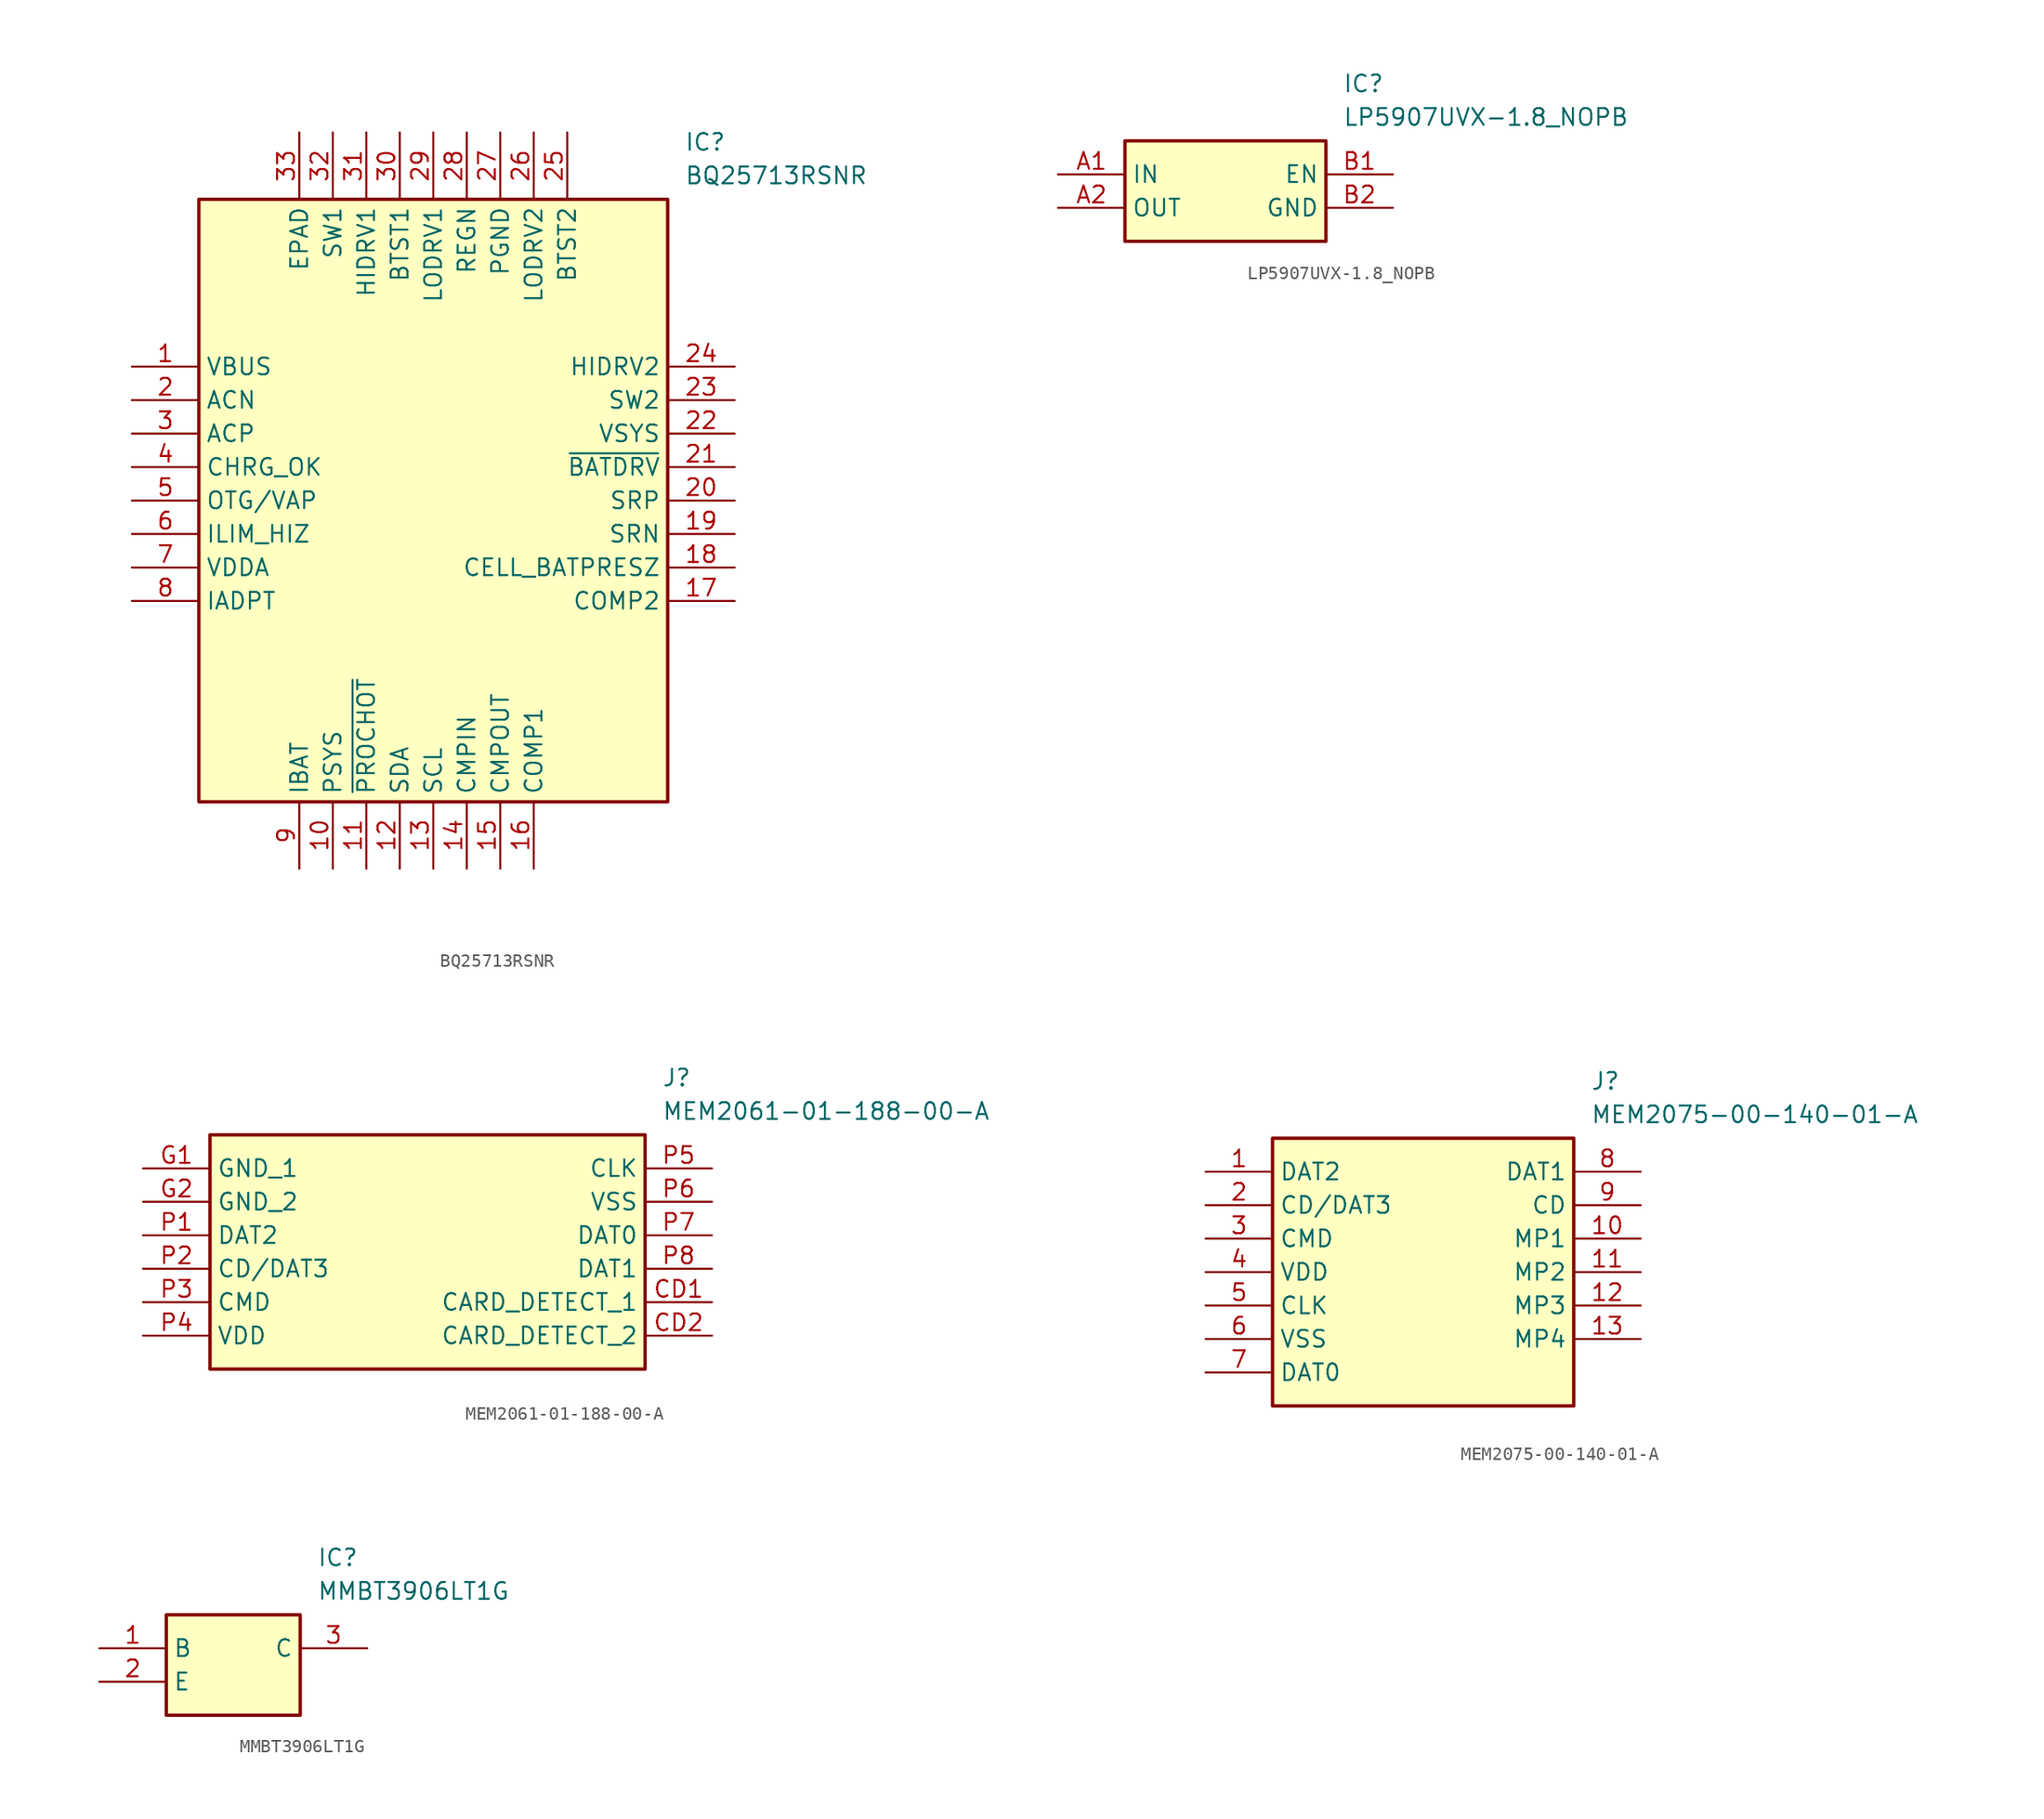
<source format=kicad_sym>
(kicad_symbol_lib
  (version 20220914)
  (generator SamacSys_ECAD_Model)
  (symbol "BQ25713RSNR"
    (property "Reference" "IC"
      (at 41.91 17.78 0)
      (effects (font (size 1.27 1.27)) (justify left top)))
    (property "Value" "BQ25713RSNR"
      (at 41.91 15.24 0)
      (effects (font (size 1.27 1.27)) (justify left top)))
    (rectangle
      (start 5.08 12.7)
      (end 40.64 -33.02)
      (stroke (width 0.254) (type default))
      (fill (type background)))
    (pin passive line
      (at 0 0 0)
      (length 5.08)
      (name "VBUS" (effects (font (size 1.27 1.27))))
      (number "1" (effects (font (size 1.27 1.27)))))
    (pin passive line
      (at 0 -2.54 0)
      (length 5.08)
      (name "ACN" (effects (font (size 1.27 1.27))))
      (number "2" (effects (font (size 1.27 1.27)))))
    (pin passive line
      (at 0 -5.08 0)
      (length 5.08)
      (name "ACP" (effects (font (size 1.27 1.27))))
      (number "3" (effects (font (size 1.27 1.27)))))
    (pin passive line
      (at 0 -7.62 0)
      (length 5.08)
      (name "CHRG_OK" (effects (font (size 1.27 1.27))))
      (number "4" (effects (font (size 1.27 1.27)))))
    (pin passive line
      (at 0 -10.16 0)
      (length 5.08)
      (name "OTG/VAP" (effects (font (size 1.27 1.27))))
      (number "5" (effects (font (size 1.27 1.27)))))
    (pin passive line
      (at 0 -12.7 0)
      (length 5.08)
      (name "ILIM_HIZ" (effects (font (size 1.27 1.27))))
      (number "6" (effects (font (size 1.27 1.27)))))
    (pin passive line
      (at 0 -15.24 0)
      (length 5.08)
      (name "VDDA" (effects (font (size 1.27 1.27))))
      (number "7" (effects (font (size 1.27 1.27)))))
    (pin passive line
      (at 0 -17.78 0)
      (length 5.08)
      (name "IADPT" (effects (font (size 1.27 1.27))))
      (number "8" (effects (font (size 1.27 1.27)))))
    (pin passive line
      (at 12.7 -38.1 90)
      (length 5.08)
      (name "IBAT" (effects (font (size 1.27 1.27))))
      (number "9" (effects (font (size 1.27 1.27)))))
    (pin passive line
      (at 15.24 -38.1 90)
      (length 5.08)
      (name "PSYS" (effects (font (size 1.27 1.27))))
      (number "10" (effects (font (size 1.27 1.27)))))
    (pin passive line
      (at 17.78 -38.1 90)
      (length 5.08)
      (name "~{PROCHOT}" (effects (font (size 1.27 1.27))))
      (number "11" (effects (font (size 1.27 1.27)))))
    (pin passive line
      (at 20.32 -38.1 90)
      (length 5.08)
      (name "SDA" (effects (font (size 1.27 1.27))))
      (number "12" (effects (font (size 1.27 1.27)))))
    (pin passive line
      (at 22.86 -38.1 90)
      (length 5.08)
      (name "SCL" (effects (font (size 1.27 1.27))))
      (number "13" (effects (font (size 1.27 1.27)))))
    (pin passive line
      (at 25.4 -38.1 90)
      (length 5.08)
      (name "CMPIN" (effects (font (size 1.27 1.27))))
      (number "14" (effects (font (size 1.27 1.27)))))
    (pin passive line
      (at 27.94 -38.1 90)
      (length 5.08)
      (name "CMPOUT" (effects (font (size 1.27 1.27))))
      (number "15" (effects (font (size 1.27 1.27)))))
    (pin passive line
      (at 30.48 -38.1 90)
      (length 5.08)
      (name "COMP1" (effects (font (size 1.27 1.27))))
      (number "16" (effects (font (size 1.27 1.27)))))
    (pin passive line
      (at 45.72 0 180)
      (length 5.08)
      (name "HIDRV2" (effects (font (size 1.27 1.27))))
      (number "24" (effects (font (size 1.27 1.27)))))
    (pin passive line
      (at 45.72 -2.54 180)
      (length 5.08)
      (name "SW2" (effects (font (size 1.27 1.27))))
      (number "23" (effects (font (size 1.27 1.27)))))
    (pin passive line
      (at 45.72 -5.08 180)
      (length 5.08)
      (name "VSYS" (effects (font (size 1.27 1.27))))
      (number "22" (effects (font (size 1.27 1.27)))))
    (pin passive line
      (at 45.72 -7.62 180)
      (length 5.08)
      (name "~{BATDRV}" (effects (font (size 1.27 1.27))))
      (number "21" (effects (font (size 1.27 1.27)))))
    (pin passive line
      (at 45.72 -10.16 180)
      (length 5.08)
      (name "SRP" (effects (font (size 1.27 1.27))))
      (number "20" (effects (font (size 1.27 1.27)))))
    (pin passive line
      (at 45.72 -12.7 180)
      (length 5.08)
      (name "SRN" (effects (font (size 1.27 1.27))))
      (number "19" (effects (font (size 1.27 1.27)))))
    (pin passive line
      (at 45.72 -15.24 180)
      (length 5.08)
      (name "CELL_BATPRESZ" (effects (font (size 1.27 1.27))))
      (number "18" (effects (font (size 1.27 1.27)))))
    (pin passive line
      (at 45.72 -17.78 180)
      (length 5.08)
      (name "COMP2" (effects (font (size 1.27 1.27))))
      (number "17" (effects (font (size 1.27 1.27)))))
    (pin passive line
      (at 12.7 17.78 270)
      (length 5.08)
      (name "EPAD" (effects (font (size 1.27 1.27))))
      (number "33" (effects (font (size 1.27 1.27)))))
    (pin passive line
      (at 15.24 17.78 270)
      (length 5.08)
      (name "SW1" (effects (font (size 1.27 1.27))))
      (number "32" (effects (font (size 1.27 1.27)))))
    (pin passive line
      (at 17.78 17.78 270)
      (length 5.08)
      (name "HIDRV1" (effects (font (size 1.27 1.27))))
      (number "31" (effects (font (size 1.27 1.27)))))
    (pin passive line
      (at 20.32 17.78 270)
      (length 5.08)
      (name "BTST1" (effects (font (size 1.27 1.27))))
      (number "30" (effects (font (size 1.27 1.27)))))
    (pin passive line
      (at 22.86 17.78 270)
      (length 5.08)
      (name "LODRV1" (effects (font (size 1.27 1.27))))
      (number "29" (effects (font (size 1.27 1.27)))))
    (pin passive line
      (at 25.4 17.78 270)
      (length 5.08)
      (name "REGN" (effects (font (size 1.27 1.27))))
      (number "28" (effects (font (size 1.27 1.27)))))
    (pin passive line
      (at 27.94 17.78 270)
      (length 5.08)
      (name "PGND" (effects (font (size 1.27 1.27))))
      (number "27" (effects (font (size 1.27 1.27)))))
    (pin passive line
      (at 30.48 17.78 270)
      (length 5.08)
      (name "LODRV2" (effects (font (size 1.27 1.27))))
      (number "26" (effects (font (size 1.27 1.27)))))
    (pin passive line
      (at 33.02 17.78 270)
      (length 5.08)
      (name "BTST2" (effects (font (size 1.27 1.27))))
      (number "25" (effects (font (size 1.27 1.27))))))
  (symbol "LP5907UVX-1.8_NOPB"
    (property "Reference" "IC"
      (at 21.59 7.62 0)
      (effects (font (size 1.27 1.27)) (justify left top)))
    (property "Value" "LP5907UVX-1.8_NOPB"
      (at 21.59 5.08 0)
      (effects (font (size 1.27 1.27)) (justify left top)))
    (rectangle
      (start 5.08 2.54)
      (end 20.32 -5.08)
      (stroke (width 0.254) (type default))
      (fill (type background)))
    (pin passive line
      (at 0 0 0)
      (length 5.08)
      (name "IN" (effects (font (size 1.27 1.27))))
      (number "A1" (effects (font (size 1.27 1.27)))))
    (pin passive line
      (at 0 -2.54 0)
      (length 5.08)
      (name "OUT" (effects (font (size 1.27 1.27))))
      (number "A2" (effects (font (size 1.27 1.27)))))
    (pin passive line
      (at 25.4 0 180)
      (length 5.08)
      (name "EN" (effects (font (size 1.27 1.27))))
      (number "B1" (effects (font (size 1.27 1.27)))))
    (pin passive line
      (at 25.4 -2.54 180)
      (length 5.08)
      (name "GND" (effects (font (size 1.27 1.27))))
      (number "B2" (effects (font (size 1.27 1.27))))))
  (symbol "MEM2061-01-188-00-A"
    (property "Reference" "J"
      (at 39.37 7.62 0)
      (effects (font (size 1.27 1.27)) (justify left top)))
    (property "Value" "MEM2061-01-188-00-A"
      (at 39.37 5.08 0)
      (effects (font (size 1.27 1.27)) (justify left top)))
    (rectangle
      (start 5.08 2.54)
      (end 38.1 -15.24)
      (stroke (width 0.254) (type default))
      (fill (type background)))
    (pin passive line
      (at 0 0 0)
      (length 5.08)
      (name "GND_1" (effects (font (size 1.27 1.27))))
      (number "G1" (effects (font (size 1.27 1.27)))))
    (pin passive line
      (at 0 -2.54 0)
      (length 5.08)
      (name "GND_2" (effects (font (size 1.27 1.27))))
      (number "G2" (effects (font (size 1.27 1.27)))))
    (pin passive line
      (at 0 -5.08 0)
      (length 5.08)
      (name "DAT2" (effects (font (size 1.27 1.27))))
      (number "P1" (effects (font (size 1.27 1.27)))))
    (pin passive line
      (at 0 -7.62 0)
      (length 5.08)
      (name "CD/DAT3" (effects (font (size 1.27 1.27))))
      (number "P2" (effects (font (size 1.27 1.27)))))
    (pin passive line
      (at 0 -10.16 0)
      (length 5.08)
      (name "CMD" (effects (font (size 1.27 1.27))))
      (number "P3" (effects (font (size 1.27 1.27)))))
    (pin passive line
      (at 0 -12.7 0)
      (length 5.08)
      (name "VDD" (effects (font (size 1.27 1.27))))
      (number "P4" (effects (font (size 1.27 1.27)))))
    (pin passive line
      (at 43.18 0 180)
      (length 5.08)
      (name "CLK" (effects (font (size 1.27 1.27))))
      (number "P5" (effects (font (size 1.27 1.27)))))
    (pin passive line
      (at 43.18 -2.54 180)
      (length 5.08)
      (name "VSS" (effects (font (size 1.27 1.27))))
      (number "P6" (effects (font (size 1.27 1.27)))))
    (pin passive line
      (at 43.18 -5.08 180)
      (length 5.08)
      (name "DAT0" (effects (font (size 1.27 1.27))))
      (number "P7" (effects (font (size 1.27 1.27)))))
    (pin passive line
      (at 43.18 -7.62 180)
      (length 5.08)
      (name "DAT1" (effects (font (size 1.27 1.27))))
      (number "P8" (effects (font (size 1.27 1.27)))))
    (pin passive line
      (at 43.18 -10.16 180)
      (length 5.08)
      (name "CARD_DETECT_1" (effects (font (size 1.27 1.27))))
      (number "CD1" (effects (font (size 1.27 1.27)))))
    (pin passive line
      (at 43.18 -12.7 180)
      (length 5.08)
      (name "CARD_DETECT_2" (effects (font (size 1.27 1.27))))
      (number "CD2" (effects (font (size 1.27 1.27))))))
  (symbol "MEM2075-00-140-01-A"
    (property "Reference" "J"
      (at 29.21 7.62 0)
      (effects (font (size 1.27 1.27)) (justify left top)))
    (property "Value" "MEM2075-00-140-01-A"
      (at 29.21 5.08 0)
      (effects (font (size 1.27 1.27)) (justify left top)))
    (rectangle
      (start 5.08 2.54)
      (end 27.94 -17.78)
      (stroke (width 0.254) (type default))
      (fill (type background)))
    (pin passive line
      (at 0 0 0)
      (length 5.08)
      (name "DAT2" (effects (font (size 1.27 1.27))))
      (number "1" (effects (font (size 1.27 1.27)))))
    (pin passive line
      (at 0 -2.54 0)
      (length 5.08)
      (name "CD/DAT3" (effects (font (size 1.27 1.27))))
      (number "2" (effects (font (size 1.27 1.27)))))
    (pin passive line
      (at 0 -5.08 0)
      (length 5.08)
      (name "CMD" (effects (font (size 1.27 1.27))))
      (number "3" (effects (font (size 1.27 1.27)))))
    (pin passive line
      (at 0 -7.62 0)
      (length 5.08)
      (name "VDD" (effects (font (size 1.27 1.27))))
      (number "4" (effects (font (size 1.27 1.27)))))
    (pin passive line
      (at 0 -10.16 0)
      (length 5.08)
      (name "CLK" (effects (font (size 1.27 1.27))))
      (number "5" (effects (font (size 1.27 1.27)))))
    (pin passive line
      (at 0 -12.7 0)
      (length 5.08)
      (name "VSS" (effects (font (size 1.27 1.27))))
      (number "6" (effects (font (size 1.27 1.27)))))
    (pin passive line
      (at 0 -15.24 0)
      (length 5.08)
      (name "DAT0" (effects (font (size 1.27 1.27))))
      (number "7" (effects (font (size 1.27 1.27)))))
    (pin passive line
      (at 33.02 0 180)
      (length 5.08)
      (name "DAT1" (effects (font (size 1.27 1.27))))
      (number "8" (effects (font (size 1.27 1.27)))))
    (pin passive line
      (at 33.02 -2.54 180)
      (length 5.08)
      (name "CD" (effects (font (size 1.27 1.27))))
      (number "9" (effects (font (size 1.27 1.27)))))
    (pin passive line
      (at 33.02 -5.08 180)
      (length 5.08)
      (name "MP1" (effects (font (size 1.27 1.27))))
      (number "10" (effects (font (size 1.27 1.27)))))
    (pin passive line
      (at 33.02 -7.62 180)
      (length 5.08)
      (name "MP2" (effects (font (size 1.27 1.27))))
      (number "11" (effects (font (size 1.27 1.27)))))
    (pin passive line
      (at 33.02 -10.16 180)
      (length 5.08)
      (name "MP3" (effects (font (size 1.27 1.27))))
      (number "12" (effects (font (size 1.27 1.27)))))
    (pin passive line
      (at 33.02 -12.7 180)
      (length 5.08)
      (name "MP4" (effects (font (size 1.27 1.27))))
      (number "13" (effects (font (size 1.27 1.27))))))
  (symbol "MMBT3906LT1G"
    (property "Reference" "IC"
      (at 16.51 7.62 0)
      (effects (font (size 1.27 1.27)) (justify left top)))
    (property "Value" "MMBT3906LT1G"
      (at 16.51 5.08 0)
      (effects (font (size 1.27 1.27)) (justify left top)))
    (rectangle
      (start 5.08 2.54)
      (end 15.24 -5.08)
      (stroke (width 0.254) (type default))
      (fill (type background)))
    (pin passive line
      (at 0 0 0)
      (length 5.08)
      (name "B" (effects (font (size 1.27 1.27))))
      (number "1" (effects (font (size 1.27 1.27)))))
    (pin passive line
      (at 0 -2.54 0)
      (length 5.08)
      (name "E" (effects (font (size 1.27 1.27))))
      (number "2" (effects (font (size 1.27 1.27)))))
    (pin passive line
      (at 20.32 0 180)
      (length 5.08)
      (name "C" (effects (font (size 1.27 1.27))))
      (number "3" (effects (font (size 1.27 1.27)))))))
</source>
